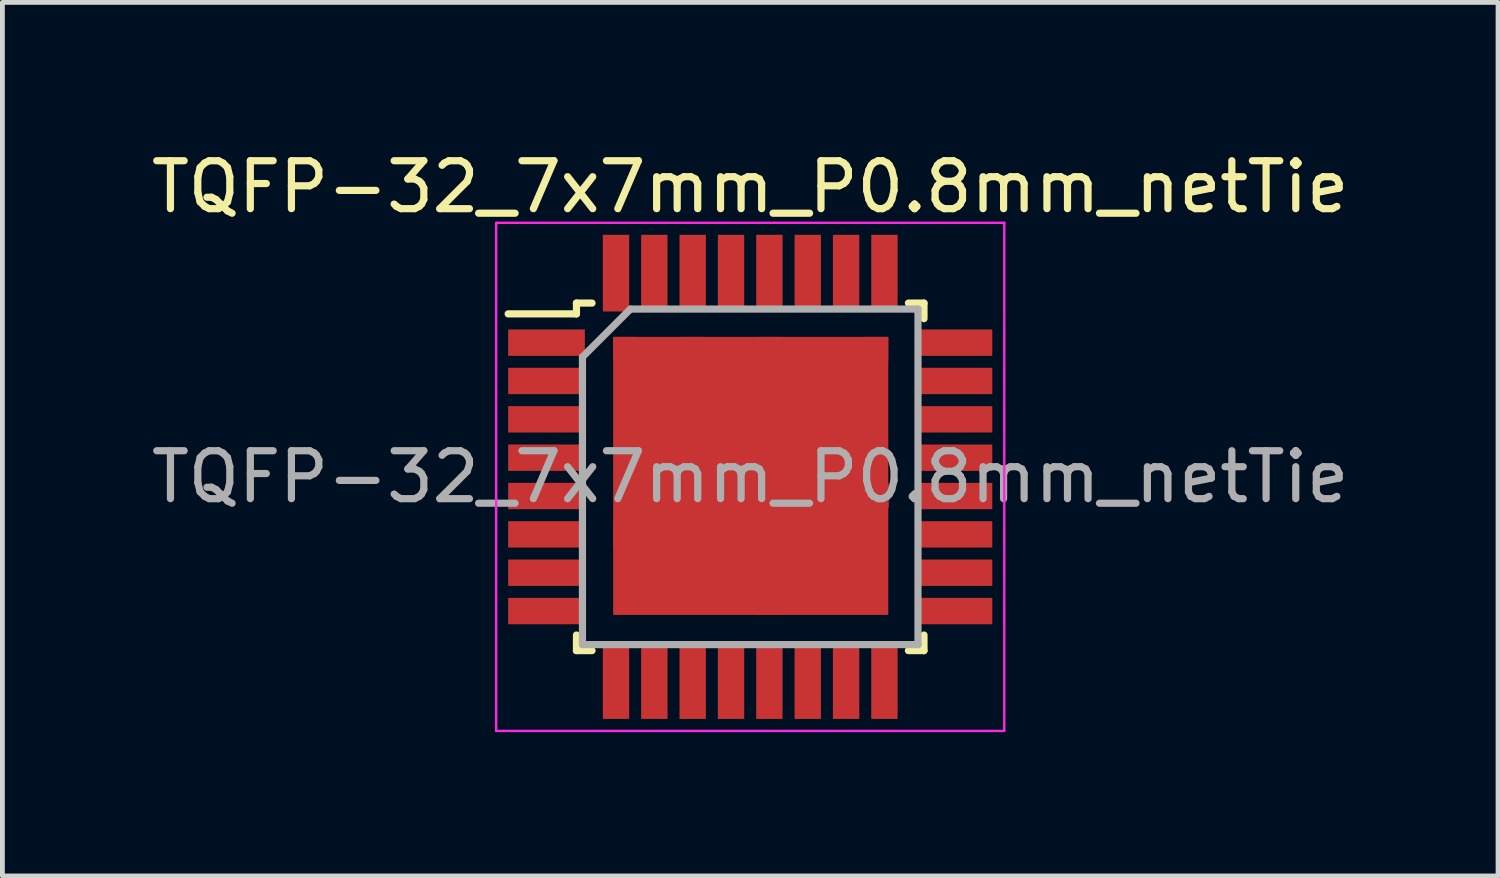
<source format=kicad_pcb>
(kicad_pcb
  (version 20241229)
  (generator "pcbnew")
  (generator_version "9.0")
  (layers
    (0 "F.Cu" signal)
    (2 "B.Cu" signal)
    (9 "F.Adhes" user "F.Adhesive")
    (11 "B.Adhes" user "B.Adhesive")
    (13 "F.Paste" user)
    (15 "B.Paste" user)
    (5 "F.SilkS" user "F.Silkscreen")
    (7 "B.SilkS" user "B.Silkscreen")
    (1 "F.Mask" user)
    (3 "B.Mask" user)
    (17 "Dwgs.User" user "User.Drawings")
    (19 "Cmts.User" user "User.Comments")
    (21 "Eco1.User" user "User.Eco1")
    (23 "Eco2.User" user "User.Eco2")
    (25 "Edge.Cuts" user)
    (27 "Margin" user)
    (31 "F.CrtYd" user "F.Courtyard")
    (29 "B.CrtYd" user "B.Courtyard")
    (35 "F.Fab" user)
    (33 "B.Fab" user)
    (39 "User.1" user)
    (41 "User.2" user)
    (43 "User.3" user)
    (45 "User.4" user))
  (footprint "TQFP-32_7x7mm_P0.8mm_netTie"
    (layer "F.Cu")
    (at 12.601 6.898)
    (property "Reference" "TQFP-32_7x7mm_P0.8mm_netTie" (at 0 -6.05 0) (layer "F.SilkS") (effects (font (size 1 1) (thickness 0.15))))
    (attr smd)
    (fp_poly (pts (xy -2.86 -2.92) (xy 2.88 -2.92) (xy 2.88 2.88) (xy -2.86 2.88)) (stroke (width 0) (type solid)) (fill yes) (layer "F.Cu"))
    (fp_line (start -3.625 -3.625) (end -3.625 -3.4) (stroke (width 0.15) (type solid)) (layer "F.SilkS"))
    (fp_line (start -3.625 -3.625) (end -3.3 -3.625) (stroke (width 0.15) (type solid)) (layer "F.SilkS"))
    (fp_line (start -3.625 -3.4) (end -5.05 -3.4) (stroke (width 0.15) (type solid)) (layer "F.SilkS"))
    (fp_line (start -3.625 3.625) (end -3.625 3.3) (stroke (width 0.15) (type solid)) (layer "F.SilkS"))
    (fp_line (start -3.625 3.625) (end -3.3 3.625) (stroke (width 0.15) (type solid)) (layer "F.SilkS"))
    (fp_line (start 3.625 -3.625) (end 3.3 -3.625) (stroke (width 0.15) (type solid)) (layer "F.SilkS"))
    (fp_line (start 3.625 -3.625) (end 3.625 -3.3) (stroke (width 0.15) (type solid)) (layer "F.SilkS"))
    (fp_line (start 3.625 3.625) (end 3.3 3.625) (stroke (width 0.15) (type solid)) (layer "F.SilkS"))
    (fp_line (start 3.625 3.625) (end 3.625 3.3) (stroke (width 0.15) (type solid)) (layer "F.SilkS"))
    (fp_line (start -5.3 -5.3) (end -5.3 5.3) (stroke (width 0.05) (type solid)) (layer "F.CrtYd"))
    (fp_line (start -5.3 -5.3) (end 5.3 -5.3) (stroke (width 0.05) (type solid)) (layer "F.CrtYd"))
    (fp_line (start -5.3 5.3) (end 5.3 5.3) (stroke (width 0.05) (type solid)) (layer "F.CrtYd"))
    (fp_line (start 5.3 -5.3) (end 5.3 5.3) (stroke (width 0.05) (type solid)) (layer "F.CrtYd"))
    (fp_line (start -3.5 -2.5) (end -2.5 -3.5) (stroke (width 0.15) (type solid)) (layer "F.Fab"))
    (fp_line (start -3.5 3.5) (end -3.5 -2.5) (stroke (width 0.15) (type solid)) (layer "F.Fab"))
    (fp_line (start -2.5 -3.5) (end 3.5 -3.5) (stroke (width 0.15) (type solid)) (layer "F.Fab"))
    (fp_line (start 3.5 -3.5) (end 3.5 3.5) (stroke (width 0.15) (type solid)) (layer "F.Fab"))
    (fp_line (start 3.5 3.5) (end -3.5 3.5) (stroke (width 0.15) (type solid)) (layer "F.Fab"))
    (fp_text user "${REFERENCE}" (at 0 0 0) (layer "F.Fab") (effects (font (size 1 1) (thickness 0.15))))
    (pad "1" smd rect (at -4.25 -2.8) (size 1.6 0.55) (layers "F.Cu" "F.Mask" "F.Paste"))
    (pad "1" smd rect (at -2.61 -2.67) (size 0.5 0.5) (layers "F.Cu"))
    (pad "2" smd rect (at -4.25 -2) (size 1.6 0.55) (layers "F.Cu" "F.Mask" "F.Paste"))
    (pad "3" smd rect (at -4.25 -1.2) (size 1.6 0.55) (layers "F.Cu" "F.Mask" "F.Paste"))
    (pad "4" smd rect (at -4.25 -0.4) (size 1.6 0.55) (layers "F.Cu" "F.Mask" "F.Paste"))
    (pad "5" smd rect (at -4.25 0.4) (size 1.6 0.55) (layers "F.Cu" "F.Mask" "F.Paste"))
    (pad "6" smd rect (at -4.25 1.2) (size 1.6 0.55) (layers "F.Cu" "F.Mask" "F.Paste"))
    (pad "6" smd rect (at -2.61 1.2) (size 0.5 0.5) (layers "F.Cu"))
    (pad "7" smd rect (at -4.25 2) (size 1.6 0.55) (layers "F.Cu" "F.Mask" "F.Paste"))
    (pad "8" smd rect (at -4.25 2.8) (size 1.6 0.55) (layers "F.Cu" "F.Mask" "F.Paste"))
    (pad "9" smd rect (at -2.8 4.25 90) (size 1.6 0.55) (layers "F.Cu" "F.Mask" "F.Paste"))
    (pad "10" smd rect (at -2 4.25 90) (size 1.6 0.55) (layers "F.Cu" "F.Mask" "F.Paste"))
    (pad "11" smd rect (at -1.2 4.25 90) (size 1.6 0.55) (layers "F.Cu" "F.Mask" "F.Paste"))
    (pad "12" smd rect (at -0.4 4.25 90) (size 1.6 0.55) (layers "F.Cu" "F.Mask" "F.Paste"))
    (pad "13" smd rect (at 0.4 2.63) (size 0.5 0.5) (layers "F.Cu"))
    (pad "13" smd rect (at 0.4 4.25 90) (size 1.6 0.55) (layers "F.Cu" "F.Mask" "F.Paste"))
    (pad "14" smd rect (at 1.2 4.25 90) (size 1.6 0.55) (layers "F.Cu" "F.Mask" "F.Paste"))
    (pad "15" smd rect (at 2 4.25 90) (size 1.6 0.55) (layers "F.Cu" "F.Mask" "F.Paste"))
    (pad "16" smd rect (at 2.8 4.25 90) (size 1.6 0.55) (layers "F.Cu" "F.Mask" "F.Paste"))
    (pad "17" smd rect (at 4.25 2.8) (size 1.6 0.55) (layers "F.Cu" "F.Mask" "F.Paste"))
    (pad "18" smd rect (at 4.25 2) (size 1.6 0.55) (layers "F.Cu" "F.Mask" "F.Paste"))
    (pad "19" smd rect (at 4.25 1.2) (size 1.6 0.55) (layers "F.Cu" "F.Mask" "F.Paste"))
    (pad "20" smd rect (at -1.2 -2.67) (size 0.5 0.5) (layers "F.Cu"))
    (pad "20" smd rect (at 0.41 -2.67) (size 0.5 0.5) (layers "F.Cu"))
    (pad "20" smd rect (at 2.63 -2.67) (size 0.5 0.5) (layers "F.Cu"))
    (pad "20" smd rect (at 2.64 0.39) (size 0.5 0.5) (layers "F.Cu"))
    (pad "20" smd rect (at 4.25 0.4) (size 1.6 0.55) (layers "F.Cu" "F.Mask" "F.Paste"))
    (pad "21" smd rect (at 4.25 -0.4) (size 1.6 0.55) (layers "F.Cu" "F.Mask" "F.Paste"))
    (pad "22" smd rect (at 4.25 -1.2) (size 1.6 0.55) (layers "F.Cu" "F.Mask" "F.Paste"))
    (pad "23" smd rect (at 4.25 -2) (size 1.6 0.55) (layers "F.Cu" "F.Mask" "F.Paste"))
    (pad "24" smd rect (at 4.25 -2.8) (size 1.6 0.55) (layers "F.Cu" "F.Mask" "F.Paste"))
    (pad "25" smd rect (at 2.8 -4.25 90) (size 1.6 0.55) (layers "F.Cu" "F.Mask" "F.Paste"))
    (pad "26" smd rect (at 2 -4.25 90) (size 1.6 0.55) (layers "F.Cu" "F.Mask" "F.Paste"))
    (pad "27" smd rect (at 1.2 -4.25 90) (size 1.6 0.55) (layers "F.Cu" "F.Mask" "F.Paste"))
    (pad "28" smd rect (at 0.4 -4.25 90) (size 1.6 0.55) (layers "F.Cu" "F.Mask" "F.Paste"))
    (pad "29" smd rect (at -0.4 -4.25 90) (size 1.6 0.55) (layers "F.Cu" "F.Mask" "F.Paste"))
    (pad "30" smd rect (at -1.2 -4.25 90) (size 1.6 0.55) (layers "F.Cu" "F.Mask" "F.Paste"))
    (pad "31" smd rect (at -2 -4.25 90) (size 1.6 0.55) (layers "F.Cu" "F.Mask" "F.Paste"))
    (pad "32" smd rect (at -2.8 -4.25 90) (size 1.6 0.55) (layers "F.Cu" "F.Mask" "F.Paste")))
  (gr_rect
    (start -3 -3)
    (end 28.202 15.223)
    (stroke (width 0.1) (type default))
    (fill no)
    (layer "Edge.Cuts")))
</source>
